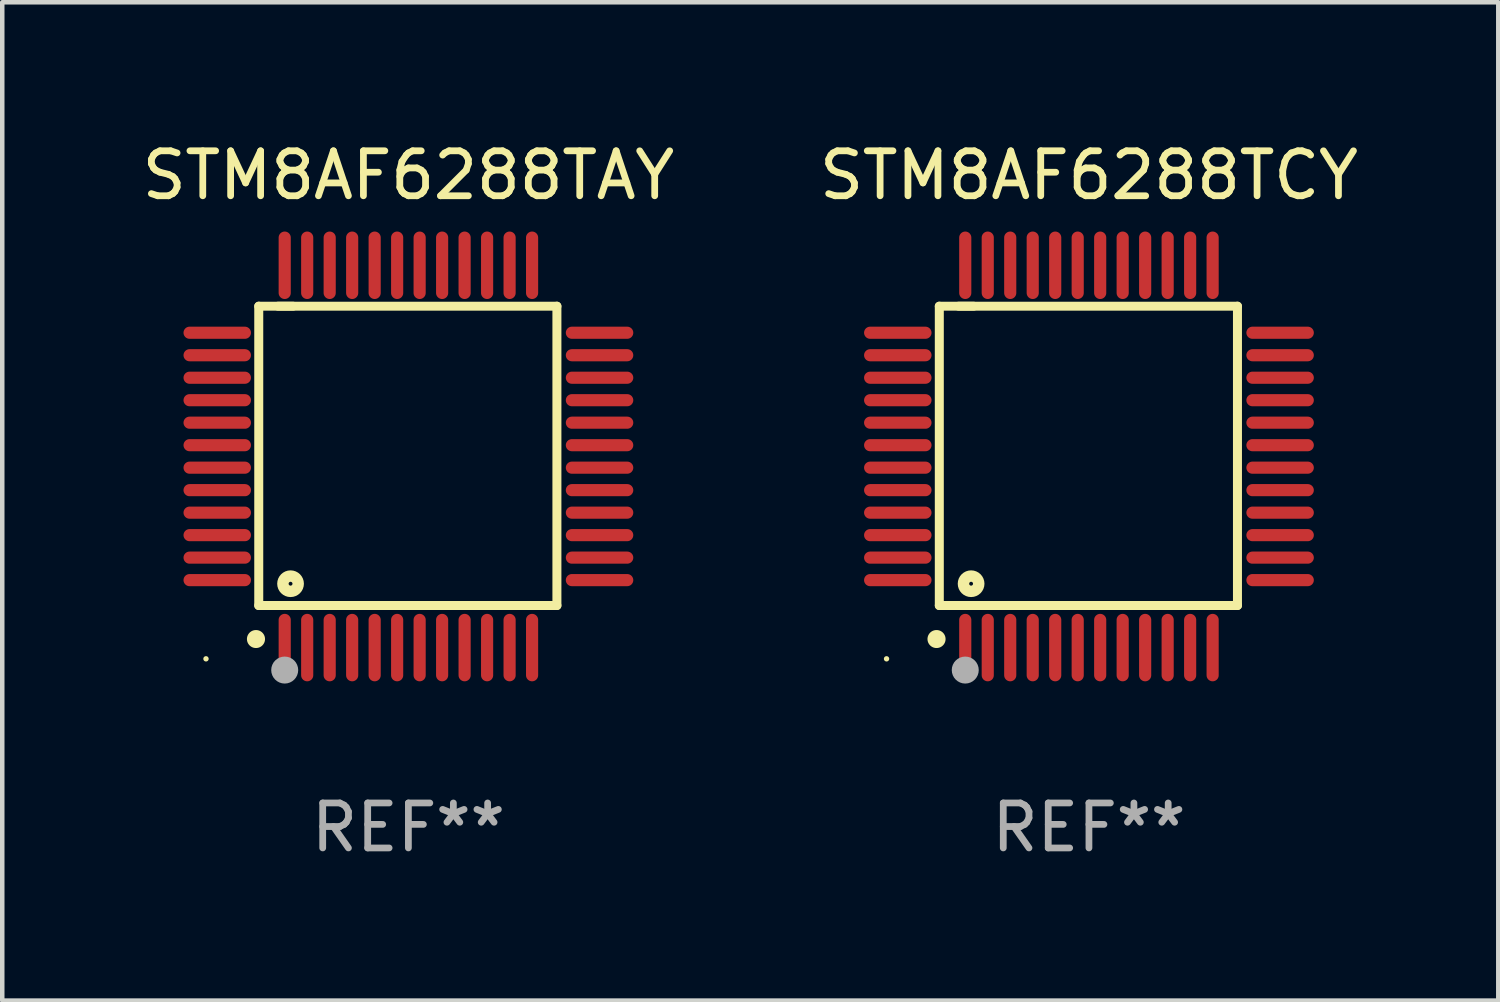
<source format=kicad_pcb>
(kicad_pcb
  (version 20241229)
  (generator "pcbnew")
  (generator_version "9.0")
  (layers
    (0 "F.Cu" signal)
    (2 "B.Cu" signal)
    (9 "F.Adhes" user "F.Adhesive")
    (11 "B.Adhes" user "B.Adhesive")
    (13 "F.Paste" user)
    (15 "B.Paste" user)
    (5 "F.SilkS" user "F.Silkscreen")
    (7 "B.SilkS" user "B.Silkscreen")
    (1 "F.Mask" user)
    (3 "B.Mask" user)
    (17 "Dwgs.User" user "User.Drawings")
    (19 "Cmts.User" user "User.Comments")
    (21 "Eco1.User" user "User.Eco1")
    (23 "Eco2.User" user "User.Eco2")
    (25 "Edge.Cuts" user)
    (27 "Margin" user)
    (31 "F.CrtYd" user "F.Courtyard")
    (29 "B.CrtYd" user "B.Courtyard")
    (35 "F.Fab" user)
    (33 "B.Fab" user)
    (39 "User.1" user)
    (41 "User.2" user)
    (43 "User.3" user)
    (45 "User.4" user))
  (footprint "STM8AF6288TAY"
    (layer "F.Cu")
    (at 6.03 7.098)
    (property "Reference" "STM8AF6288TAY" (at 0 -6.25 0) (layer "F.SilkS") (effects (font (size 1 1) (thickness 0.15))))
    (attr through_hole)
    (fp_line (start -3.327 -3.34) (end -2.565 -3.34) (stroke (width 0.2) (type solid)) (layer "F.SilkS"))
    (fp_line (start -3.327 3.315) (end -3.327 -3.34) (stroke (width 0.2) (type solid)) (layer "F.SilkS"))
    (fp_line (start -2.896 -3.34) (end 3.302 -3.34) (stroke (width 0.2) (type solid)) (layer "F.SilkS"))
    (fp_line (start 3.302 -3.34) (end 3.302 3.315) (stroke (width 0.2) (type solid)) (layer "F.SilkS"))
    (fp_line (start 3.302 3.315) (end -3.327 3.315) (stroke (width 0.2) (type solid)) (layer "F.SilkS"))
    (fp_arc (start -3.389992 4.059995) (mid -3.388722 4.059991) (end -3.387452 4.059995) (stroke (width 0.4) (type solid)) (layer "F.SilkS"))
    (fp_circle (center -4.5 4.5) (end -4.47 4.5) (stroke (width 0.06) (type solid)) (fill no) (layer "F.SilkS"))
    (fp_circle (center -2.62 2.83) (end -2.45 2.83) (stroke (width 0.254) (type solid)) (fill no) (layer "F.SilkS"))
    (fp_circle (center -2.75 4.75) (end -2.6 4.75) (stroke (width 0.3) (type solid)) (fill no) (layer "F.Fab"))
    (fp_text user "REF**" (at 0 8.25 0) (layer "F.Fab") (effects (font (size 1 1) (thickness 0.15))))
    (pad "1" smd oval (at -2.75 4.25) (size 0.27 1.5) (layers "F.Cu" "F.Mask" "F.Paste"))
    (pad "2" smd oval (at -2.25 4.25) (size 0.27 1.5) (layers "F.Cu" "F.Mask" "F.Paste"))
    (pad "3" smd oval (at -1.75 4.25) (size 0.27 1.5) (layers "F.Cu" "F.Mask" "F.Paste"))
    (pad "4" smd oval (at -1.25 4.25) (size 0.27 1.5) (layers "F.Cu" "F.Mask" "F.Paste"))
    (pad "5" smd oval (at -0.75 4.25) (size 0.27 1.5) (layers "F.Cu" "F.Mask" "F.Paste"))
    (pad "6" smd oval (at -0.25 4.25) (size 0.27 1.5) (layers "F.Cu" "F.Mask" "F.Paste"))
    (pad "7" smd oval (at 0.25 4.25) (size 0.27 1.5) (layers "F.Cu" "F.Mask" "F.Paste"))
    (pad "8" smd oval (at 0.75 4.25) (size 0.27 1.5) (layers "F.Cu" "F.Mask" "F.Paste"))
    (pad "9" smd oval (at 1.25 4.25) (size 0.27 1.5) (layers "F.Cu" "F.Mask" "F.Paste"))
    (pad "10" smd oval (at 1.75 4.25) (size 0.27 1.5) (layers "F.Cu" "F.Mask" "F.Paste"))
    (pad "11" smd oval (at 2.25 4.25) (size 0.27 1.5) (layers "F.Cu" "F.Mask" "F.Paste"))
    (pad "12" smd oval (at 2.75 4.25) (size 0.27 1.5) (layers "F.Cu" "F.Mask" "F.Paste"))
    (pad "13" smd oval (at 4.25 2.75) (size 1.5 0.27) (layers "F.Cu" "F.Mask" "F.Paste"))
    (pad "14" smd oval (at 4.25 2.25) (size 1.5 0.27) (layers "F.Cu" "F.Mask" "F.Paste"))
    (pad "15" smd oval (at 4.25 1.75) (size 1.5 0.27) (layers "F.Cu" "F.Mask" "F.Paste"))
    (pad "16" smd oval (at 4.25 1.25) (size 1.5 0.27) (layers "F.Cu" "F.Mask" "F.Paste"))
    (pad "17" smd oval (at 4.25 0.75) (size 1.5 0.27) (layers "F.Cu" "F.Mask" "F.Paste"))
    (pad "18" smd oval (at 4.25 0.25) (size 1.5 0.27) (layers "F.Cu" "F.Mask" "F.Paste"))
    (pad "19" smd oval (at 4.25 -0.25) (size 1.5 0.27) (layers "F.Cu" "F.Mask" "F.Paste"))
    (pad "20" smd oval (at 4.25 -0.75) (size 1.5 0.27) (layers "F.Cu" "F.Mask" "F.Paste"))
    (pad "21" smd oval (at 4.25 -1.25) (size 1.5 0.27) (layers "F.Cu" "F.Mask" "F.Paste"))
    (pad "22" smd oval (at 4.25 -1.75) (size 1.5 0.27) (layers "F.Cu" "F.Mask" "F.Paste"))
    (pad "23" smd oval (at 4.25 -2.25) (size 1.5 0.27) (layers "F.Cu" "F.Mask" "F.Paste"))
    (pad "24" smd oval (at 4.25 -2.75) (size 1.5 0.27) (layers "F.Cu" "F.Mask" "F.Paste"))
    (pad "25" smd oval (at 2.75 -4.25) (size 0.27 1.5) (layers "F.Cu" "F.Mask" "F.Paste"))
    (pad "26" smd oval (at 2.25 -4.25) (size 0.27 1.5) (layers "F.Cu" "F.Mask" "F.Paste"))
    (pad "27" smd oval (at 1.75 -4.25) (size 0.27 1.5) (layers "F.Cu" "F.Mask" "F.Paste"))
    (pad "28" smd oval (at 1.25 -4.25) (size 0.27 1.5) (layers "F.Cu" "F.Mask" "F.Paste"))
    (pad "29" smd oval (at 0.75 -4.25) (size 0.27 1.5) (layers "F.Cu" "F.Mask" "F.Paste"))
    (pad "30" smd oval (at 0.25 -4.25) (size 0.27 1.5) (layers "F.Cu" "F.Mask" "F.Paste"))
    (pad "31" smd oval (at -0.25 -4.25) (size 0.27 1.5) (layers "F.Cu" "F.Mask" "F.Paste"))
    (pad "32" smd oval (at -0.75 -4.25) (size 0.27 1.5) (layers "F.Cu" "F.Mask" "F.Paste"))
    (pad "33" smd oval (at -1.25 -4.25) (size 0.27 1.5) (layers "F.Cu" "F.Mask" "F.Paste"))
    (pad "34" smd oval (at -1.75 -4.25) (size 0.27 1.5) (layers "F.Cu" "F.Mask" "F.Paste"))
    (pad "35" smd oval (at -2.25 -4.25) (size 0.27 1.5) (layers "F.Cu" "F.Mask" "F.Paste"))
    (pad "36" smd oval (at -2.75 -4.25) (size 0.27 1.5) (layers "F.Cu" "F.Mask" "F.Paste"))
    (pad "37" smd oval (at -4.25 -2.75) (size 1.5 0.27) (layers "F.Cu" "F.Mask" "F.Paste"))
    (pad "38" smd oval (at -4.25 -2.25) (size 1.5 0.27) (layers "F.Cu" "F.Mask" "F.Paste"))
    (pad "39" smd oval (at -4.25 -1.75) (size 1.5 0.27) (layers "F.Cu" "F.Mask" "F.Paste"))
    (pad "40" smd oval (at -4.25 -1.25) (size 1.5 0.27) (layers "F.Cu" "F.Mask" "F.Paste"))
    (pad "41" smd oval (at -4.25 -0.75) (size 1.5 0.27) (layers "F.Cu" "F.Mask" "F.Paste"))
    (pad "42" smd oval (at -4.25 -0.25) (size 1.5 0.27) (layers "F.Cu" "F.Mask" "F.Paste"))
    (pad "43" smd oval (at -4.25 0.25) (size 1.5 0.27) (layers "F.Cu" "F.Mask" "F.Paste"))
    (pad "44" smd oval (at -4.25 0.75) (size 1.5 0.27) (layers "F.Cu" "F.Mask" "F.Paste"))
    (pad "45" smd oval (at -4.25 1.25) (size 1.5 0.27) (layers "F.Cu" "F.Mask" "F.Paste"))
    (pad "46" smd oval (at -4.25 1.75) (size 1.5 0.27) (layers "F.Cu" "F.Mask" "F.Paste"))
    (pad "47" smd oval (at -4.25 2.25) (size 1.5 0.27) (layers "F.Cu" "F.Mask" "F.Paste"))
    (pad "48" smd oval (at -4.25 2.75) (size 1.5 0.27) (layers "F.Cu" "F.Mask" "F.Paste")))
  (footprint "STM8AF6288TCY"
    (layer "F.Cu")
    (at 21.161 7.098)
    (property "Reference" "STM8AF6288TCY" (at 0 -6.25 0) (layer "F.SilkS") (effects (font (size 1 1) (thickness 0.15))))
    (attr through_hole)
    (fp_line (start -3.327 -3.34) (end -2.565 -3.34) (stroke (width 0.2) (type solid)) (layer "F.SilkS"))
    (fp_line (start -3.327 3.315) (end -3.327 -3.34) (stroke (width 0.2) (type solid)) (layer "F.SilkS"))
    (fp_line (start -2.896 -3.34) (end 3.302 -3.34) (stroke (width 0.2) (type solid)) (layer "F.SilkS"))
    (fp_line (start 3.302 -3.34) (end 3.302 3.315) (stroke (width 0.2) (type solid)) (layer "F.SilkS"))
    (fp_line (start 3.302 3.315) (end -3.327 3.315) (stroke (width 0.2) (type solid)) (layer "F.SilkS"))
    (fp_arc (start -3.389992 4.059995) (mid -3.388722 4.059991) (end -3.387452 4.059995) (stroke (width 0.4) (type solid)) (layer "F.SilkS"))
    (fp_circle (center -4.5 4.5) (end -4.47 4.5) (stroke (width 0.06) (type solid)) (fill no) (layer "F.SilkS"))
    (fp_circle (center -2.62 2.83) (end -2.45 2.83) (stroke (width 0.254) (type solid)) (fill no) (layer "F.SilkS"))
    (fp_circle (center -2.75 4.75) (end -2.6 4.75) (stroke (width 0.3) (type solid)) (fill no) (layer "F.Fab"))
    (fp_text user "REF**" (at 0 8.25 0) (layer "F.Fab") (effects (font (size 1 1) (thickness 0.15))))
    (pad "1" smd oval (at -2.75 4.25) (size 0.27 1.5) (layers "F.Cu" "F.Mask" "F.Paste"))
    (pad "2" smd oval (at -2.25 4.25) (size 0.27 1.5) (layers "F.Cu" "F.Mask" "F.Paste"))
    (pad "3" smd oval (at -1.75 4.25) (size 0.27 1.5) (layers "F.Cu" "F.Mask" "F.Paste"))
    (pad "4" smd oval (at -1.25 4.25) (size 0.27 1.5) (layers "F.Cu" "F.Mask" "F.Paste"))
    (pad "5" smd oval (at -0.75 4.25) (size 0.27 1.5) (layers "F.Cu" "F.Mask" "F.Paste"))
    (pad "6" smd oval (at -0.25 4.25) (size 0.27 1.5) (layers "F.Cu" "F.Mask" "F.Paste"))
    (pad "7" smd oval (at 0.25 4.25) (size 0.27 1.5) (layers "F.Cu" "F.Mask" "F.Paste"))
    (pad "8" smd oval (at 0.75 4.25) (size 0.27 1.5) (layers "F.Cu" "F.Mask" "F.Paste"))
    (pad "9" smd oval (at 1.25 4.25) (size 0.27 1.5) (layers "F.Cu" "F.Mask" "F.Paste"))
    (pad "10" smd oval (at 1.75 4.25) (size 0.27 1.5) (layers "F.Cu" "F.Mask" "F.Paste"))
    (pad "11" smd oval (at 2.25 4.25) (size 0.27 1.5) (layers "F.Cu" "F.Mask" "F.Paste"))
    (pad "12" smd oval (at 2.75 4.25) (size 0.27 1.5) (layers "F.Cu" "F.Mask" "F.Paste"))
    (pad "13" smd oval (at 4.25 2.75) (size 1.5 0.27) (layers "F.Cu" "F.Mask" "F.Paste"))
    (pad "14" smd oval (at 4.25 2.25) (size 1.5 0.27) (layers "F.Cu" "F.Mask" "F.Paste"))
    (pad "15" smd oval (at 4.25 1.75) (size 1.5 0.27) (layers "F.Cu" "F.Mask" "F.Paste"))
    (pad "16" smd oval (at 4.25 1.25) (size 1.5 0.27) (layers "F.Cu" "F.Mask" "F.Paste"))
    (pad "17" smd oval (at 4.25 0.75) (size 1.5 0.27) (layers "F.Cu" "F.Mask" "F.Paste"))
    (pad "18" smd oval (at 4.25 0.25) (size 1.5 0.27) (layers "F.Cu" "F.Mask" "F.Paste"))
    (pad "19" smd oval (at 4.25 -0.25) (size 1.5 0.27) (layers "F.Cu" "F.Mask" "F.Paste"))
    (pad "20" smd oval (at 4.25 -0.75) (size 1.5 0.27) (layers "F.Cu" "F.Mask" "F.Paste"))
    (pad "21" smd oval (at 4.25 -1.25) (size 1.5 0.27) (layers "F.Cu" "F.Mask" "F.Paste"))
    (pad "22" smd oval (at 4.25 -1.75) (size 1.5 0.27) (layers "F.Cu" "F.Mask" "F.Paste"))
    (pad "23" smd oval (at 4.25 -2.25) (size 1.5 0.27) (layers "F.Cu" "F.Mask" "F.Paste"))
    (pad "24" smd oval (at 4.25 -2.75) (size 1.5 0.27) (layers "F.Cu" "F.Mask" "F.Paste"))
    (pad "25" smd oval (at 2.75 -4.25) (size 0.27 1.5) (layers "F.Cu" "F.Mask" "F.Paste"))
    (pad "26" smd oval (at 2.25 -4.25) (size 0.27 1.5) (layers "F.Cu" "F.Mask" "F.Paste"))
    (pad "27" smd oval (at 1.75 -4.25) (size 0.27 1.5) (layers "F.Cu" "F.Mask" "F.Paste"))
    (pad "28" smd oval (at 1.25 -4.25) (size 0.27 1.5) (layers "F.Cu" "F.Mask" "F.Paste"))
    (pad "29" smd oval (at 0.75 -4.25) (size 0.27 1.5) (layers "F.Cu" "F.Mask" "F.Paste"))
    (pad "30" smd oval (at 0.25 -4.25) (size 0.27 1.5) (layers "F.Cu" "F.Mask" "F.Paste"))
    (pad "31" smd oval (at -0.25 -4.25) (size 0.27 1.5) (layers "F.Cu" "F.Mask" "F.Paste"))
    (pad "32" smd oval (at -0.75 -4.25) (size 0.27 1.5) (layers "F.Cu" "F.Mask" "F.Paste"))
    (pad "33" smd oval (at -1.25 -4.25) (size 0.27 1.5) (layers "F.Cu" "F.Mask" "F.Paste"))
    (pad "34" smd oval (at -1.75 -4.25) (size 0.27 1.5) (layers "F.Cu" "F.Mask" "F.Paste"))
    (pad "35" smd oval (at -2.25 -4.25) (size 0.27 1.5) (layers "F.Cu" "F.Mask" "F.Paste"))
    (pad "36" smd oval (at -2.75 -4.25) (size 0.27 1.5) (layers "F.Cu" "F.Mask" "F.Paste"))
    (pad "37" smd oval (at -4.25 -2.75) (size 1.5 0.27) (layers "F.Cu" "F.Mask" "F.Paste"))
    (pad "38" smd oval (at -4.25 -2.25) (size 1.5 0.27) (layers "F.Cu" "F.Mask" "F.Paste"))
    (pad "39" smd oval (at -4.25 -1.75) (size 1.5 0.27) (layers "F.Cu" "F.Mask" "F.Paste"))
    (pad "40" smd oval (at -4.25 -1.25) (size 1.5 0.27) (layers "F.Cu" "F.Mask" "F.Paste"))
    (pad "41" smd oval (at -4.25 -0.75) (size 1.5 0.27) (layers "F.Cu" "F.Mask" "F.Paste"))
    (pad "42" smd oval (at -4.25 -0.25) (size 1.5 0.27) (layers "F.Cu" "F.Mask" "F.Paste"))
    (pad "43" smd oval (at -4.25 0.25) (size 1.5 0.27) (layers "F.Cu" "F.Mask" "F.Paste"))
    (pad "44" smd oval (at -4.25 0.75) (size 1.5 0.27) (layers "F.Cu" "F.Mask" "F.Paste"))
    (pad "45" smd oval (at -4.25 1.25) (size 1.5 0.27) (layers "F.Cu" "F.Mask" "F.Paste"))
    (pad "46" smd oval (at -4.25 1.75) (size 1.5 0.27) (layers "F.Cu" "F.Mask" "F.Paste"))
    (pad "47" smd oval (at -4.25 2.25) (size 1.5 0.27) (layers "F.Cu" "F.Mask" "F.Paste"))
    (pad "48" smd oval (at -4.25 2.75) (size 1.5 0.27) (layers "F.Cu" "F.Mask" "F.Paste")))
  (gr_rect
    (start -3 -3)
    (end 30.262 19.196)
    (stroke (width 0.1) (type default))
    (fill no)
    (layer "Edge.Cuts")))
</source>
